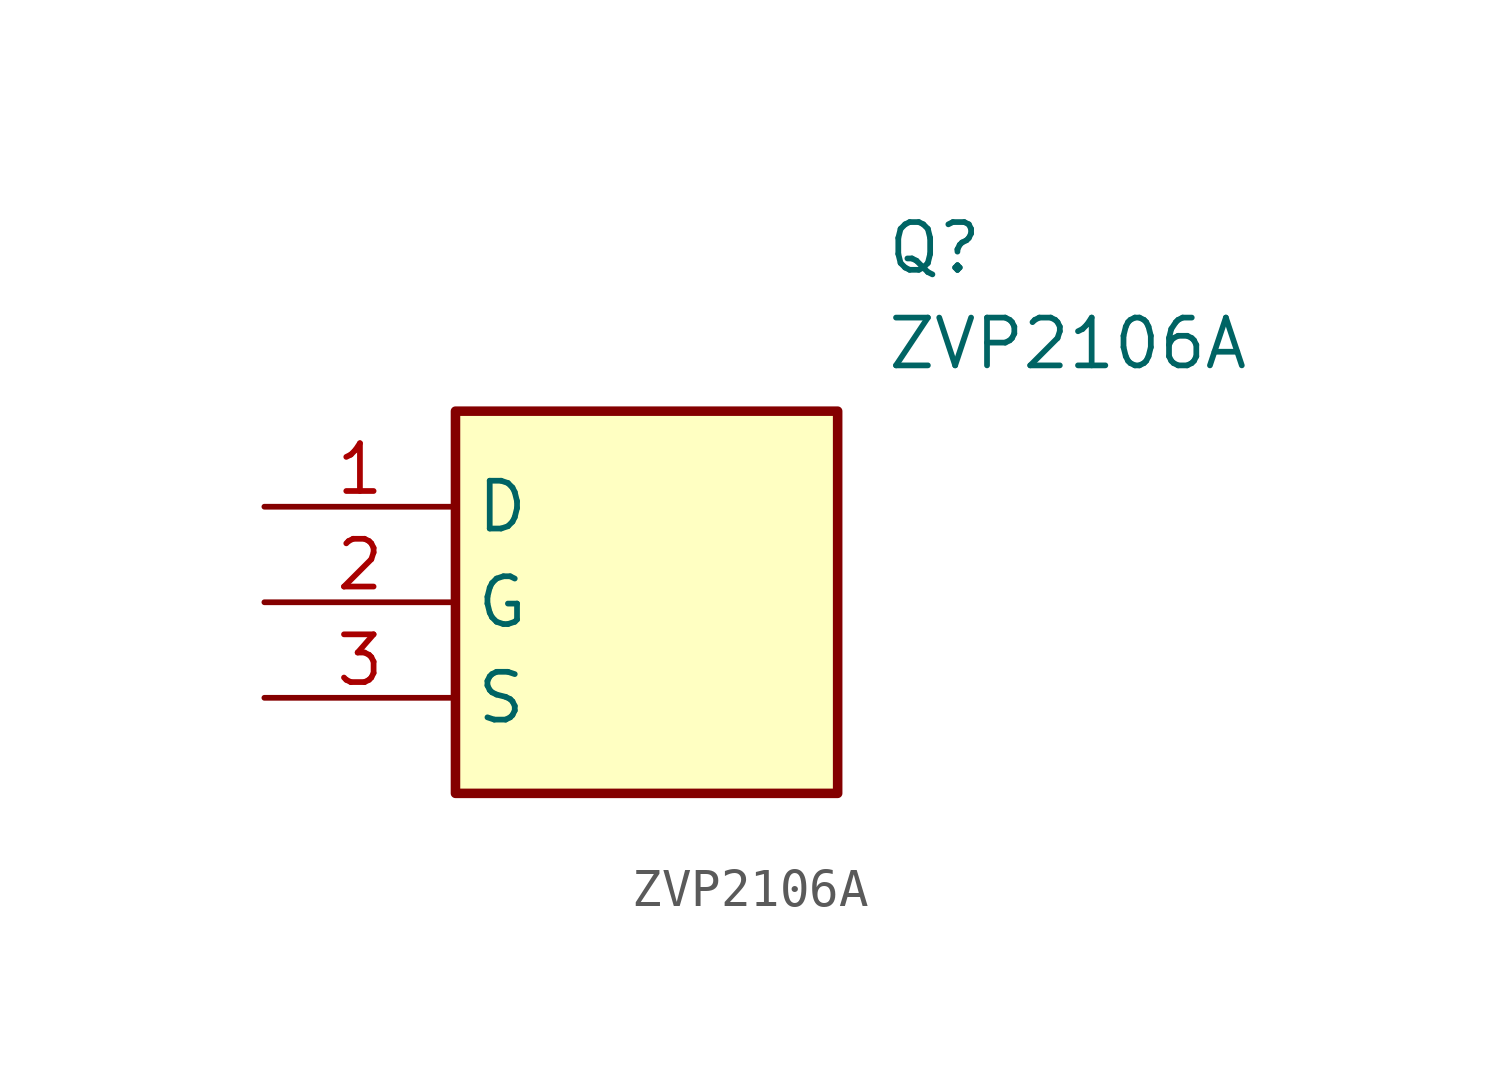
<source format=kicad_sym>
(kicad_symbol_lib
  (version 20211014)
  (generator SamacSys_ECAD_Model)
  (symbol "ZVP2106A"
    (property "Reference" "Q"
      (at 16.51 7.62 0)
      (effects (font (size 1.27 1.27)) (justify left top)))
    (property "Value" "ZVP2106A"
      (at 16.51 5.08 0)
      (effects (font (size 1.27 1.27)) (justify left top)))
    (rectangle
      (start 5.08 2.54)
      (end 15.24 -7.62)
      (stroke (width 0.254) (type default))
      (fill (type background)))
    (pin passive line
      (at 0 0 0)
      (length 5.08)
      (name "D" (effects (font (size 1.27 1.27))))
      (number "1" (effects (font (size 1.27 1.27)))))
    (pin passive line
      (at 0 -2.54 0)
      (length 5.08)
      (name "G" (effects (font (size 1.27 1.27))))
      (number "2" (effects (font (size 1.27 1.27)))))
    (pin passive line
      (at 0 -5.08 0)
      (length 5.08)
      (name "S" (effects (font (size 1.27 1.27))))
      (number "3" (effects (font (size 1.27 1.27)))))))
</source>
